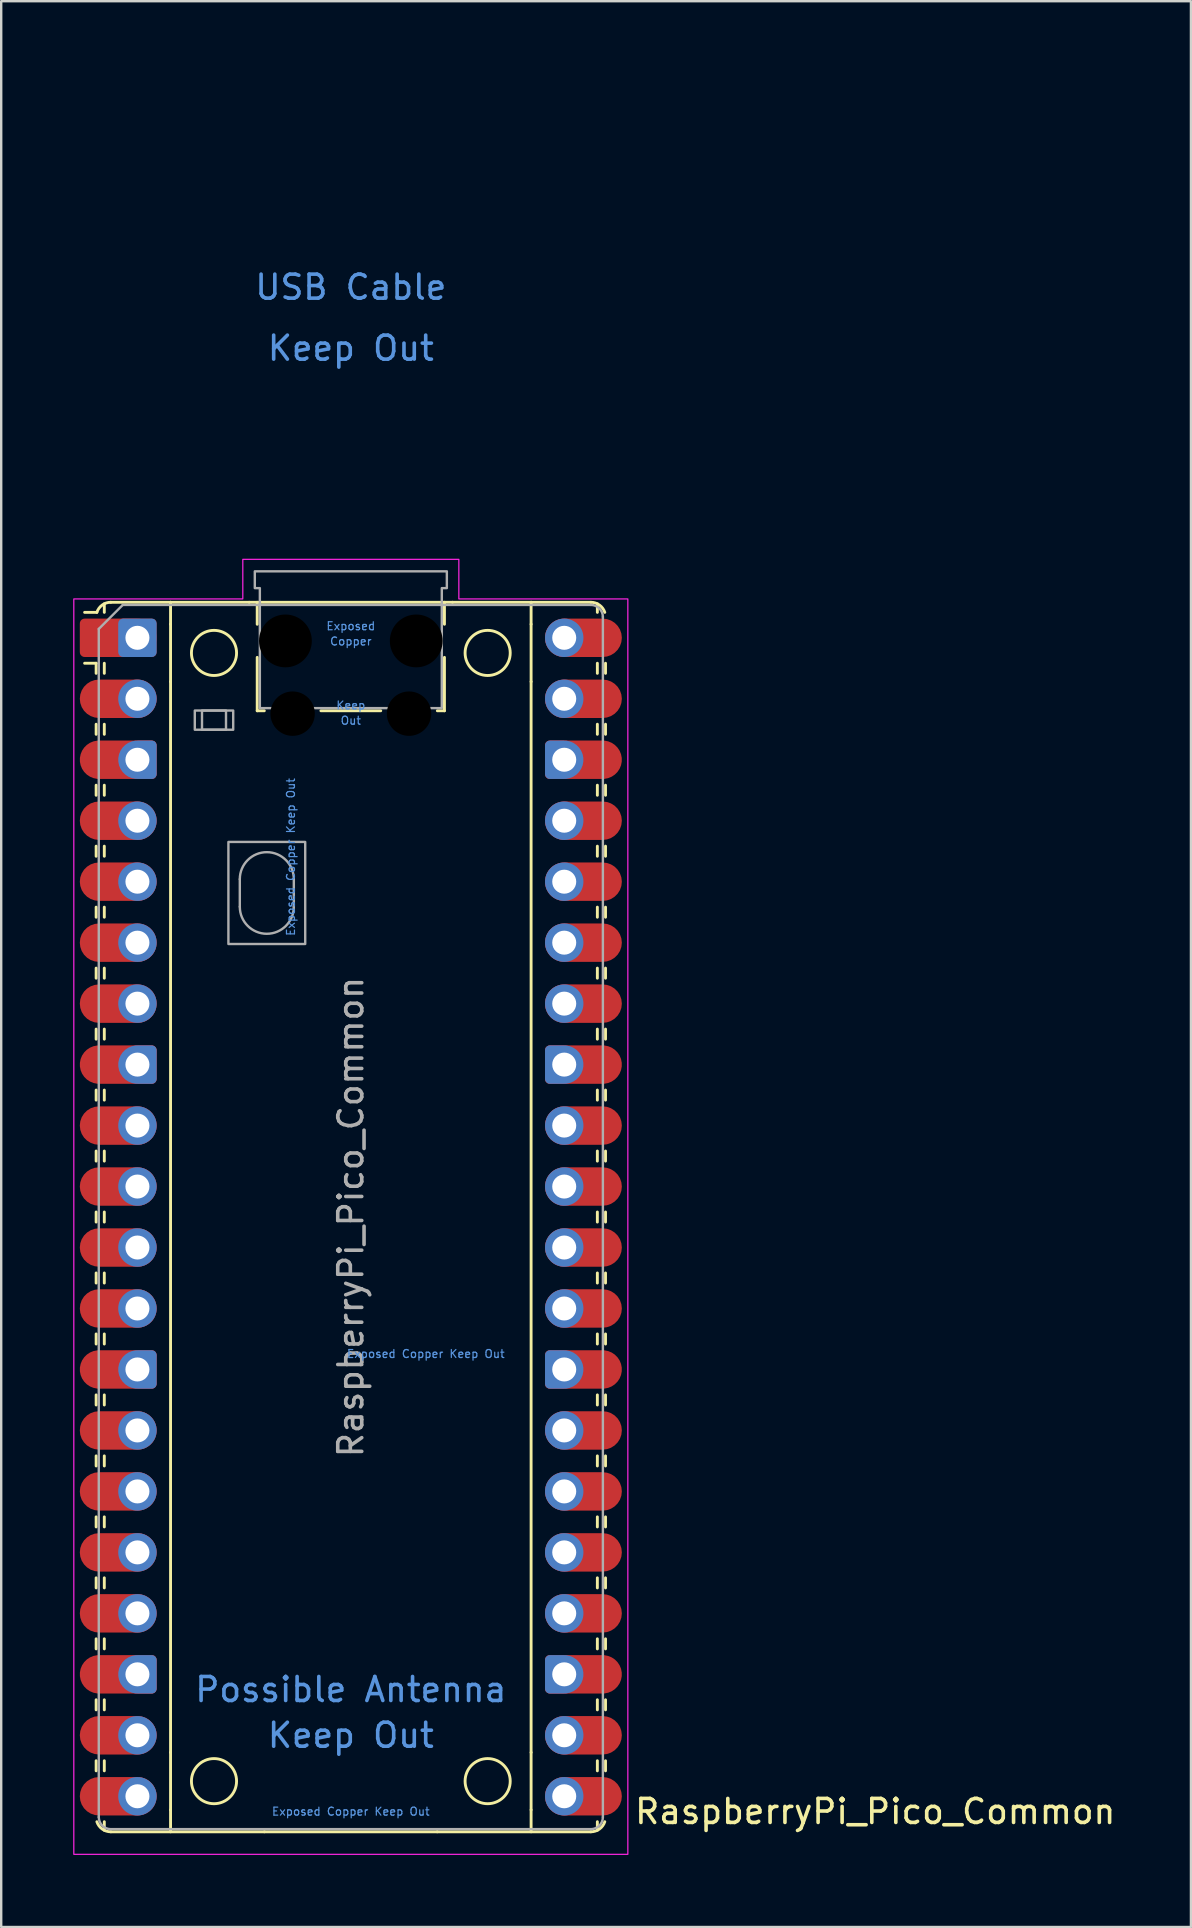
<source format=kicad_pcb>
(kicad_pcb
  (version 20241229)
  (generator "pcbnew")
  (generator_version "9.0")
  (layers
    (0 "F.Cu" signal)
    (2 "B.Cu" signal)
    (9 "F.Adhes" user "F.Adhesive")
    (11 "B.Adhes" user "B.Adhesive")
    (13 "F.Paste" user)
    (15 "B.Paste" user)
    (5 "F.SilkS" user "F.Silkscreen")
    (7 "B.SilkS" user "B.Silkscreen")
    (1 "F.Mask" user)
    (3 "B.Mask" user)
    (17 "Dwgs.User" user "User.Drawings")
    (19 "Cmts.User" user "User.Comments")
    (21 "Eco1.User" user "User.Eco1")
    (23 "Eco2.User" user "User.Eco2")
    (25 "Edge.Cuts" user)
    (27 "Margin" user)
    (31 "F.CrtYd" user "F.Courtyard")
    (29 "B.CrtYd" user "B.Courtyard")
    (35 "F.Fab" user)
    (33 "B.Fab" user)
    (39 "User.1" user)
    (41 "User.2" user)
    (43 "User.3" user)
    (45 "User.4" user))
  (footprint "RaspberryPi_Pico_Common"
    (layer "F.Cu")
    (at 11.565 47.65)
    (property "Reference" "RaspberryPi_Pico_Common" (at 11.748 24.765 0) (unlocked yes) (layer "F.SilkS") (effects (font (size 1 1) (thickness 0.15)) (justify left)))
    (attr through_hole)
    (fp_line (start -10.61 -23.07) (end -11.09 -23.07) (stroke (width 0.12) (type solid)) (layer "F.SilkS"))
    (fp_line (start -10.61 -23.07) (end -10.61 -22.65) (stroke (width 0.12) (type solid)) (layer "F.SilkS"))
    (fp_line (start -10.61 -20.53) (end -10.61 -20.11) (stroke (width 0.12) (type solid)) (layer "F.SilkS"))
    (fp_line (start -10.61 -17.99) (end -10.61 -17.57) (stroke (width 0.12) (type solid)) (layer "F.SilkS"))
    (fp_line (start -10.61 -15.45) (end -10.61 -15.03) (stroke (width 0.12) (type solid)) (layer "F.SilkS"))
    (fp_line (start -10.61 -12.91) (end -10.61 -12.49) (stroke (width 0.12) (type solid)) (layer "F.SilkS"))
    (fp_line (start -10.61 -10.37) (end -10.61 -9.95) (stroke (width 0.12) (type solid)) (layer "F.SilkS"))
    (fp_line (start -10.61 -7.83) (end -10.61 -7.41) (stroke (width 0.12) (type solid)) (layer "F.SilkS"))
    (fp_line (start -10.61 -5.29) (end -10.61 -4.87) (stroke (width 0.12) (type solid)) (layer "F.SilkS"))
    (fp_line (start -10.61 -2.75) (end -10.61 -2.33) (stroke (width 0.12) (type solid)) (layer "F.SilkS"))
    (fp_line (start -10.61 -0.21) (end -10.61 0.21) (stroke (width 0.12) (type solid)) (layer "F.SilkS"))
    (fp_line (start -10.61 2.33) (end -10.61 2.75) (stroke (width 0.12) (type solid)) (layer "F.SilkS"))
    (fp_line (start -10.61 4.87) (end -10.61 5.29) (stroke (width 0.12) (type solid)) (layer "F.SilkS"))
    (fp_line (start -10.61 7.41) (end -10.61 7.83) (stroke (width 0.12) (type solid)) (layer "F.SilkS"))
    (fp_line (start -10.61 9.95) (end -10.61 10.37) (stroke (width 0.12) (type solid)) (layer "F.SilkS"))
    (fp_line (start -10.61 12.49) (end -10.61 12.91) (stroke (width 0.12) (type solid)) (layer "F.SilkS"))
    (fp_line (start -10.61 15.03) (end -10.61 15.45) (stroke (width 0.12) (type solid)) (layer "F.SilkS"))
    (fp_line (start -10.61 17.57) (end -10.61 17.99) (stroke (width 0.12) (type solid)) (layer "F.SilkS"))
    (fp_line (start -10.61 20.11) (end -10.61 20.53) (stroke (width 0.12) (type solid)) (layer "F.SilkS"))
    (fp_line (start -10.61 22.65) (end -10.61 23.07) (stroke (width 0.12) (type solid)) (layer "F.SilkS"))
    (fp_line (start -10.58 -25.19) (end -11.09 -25.19) (stroke (width 0.12) (type solid)) (layer "F.SilkS"))
    (fp_line (start -10.27 -25.19) (end -10.27 -25.547) (stroke (width 0.12) (type solid)) (layer "F.SilkS"))
    (fp_line (start -10.27 -23.07) (end -10.27 -22.65) (stroke (width 0.12) (type solid)) (layer "F.SilkS"))
    (fp_line (start -10.27 -20.53) (end -10.27 -20.11) (stroke (width 0.12) (type solid)) (layer "F.SilkS"))
    (fp_line (start -10.27 -17.99) (end -10.27 -17.57) (stroke (width 0.12) (type solid)) (layer "F.SilkS"))
    (fp_line (start -10.27 -15.45) (end -10.27 -15.03) (stroke (width 0.12) (type solid)) (layer "F.SilkS"))
    (fp_line (start -10.27 -12.91) (end -10.27 -12.49) (stroke (width 0.12) (type solid)) (layer "F.SilkS"))
    (fp_line (start -10.27 -10.37) (end -10.27 -9.95) (stroke (width 0.12) (type solid)) (layer "F.SilkS"))
    (fp_line (start -10.27 -7.83) (end -10.27 -7.41) (stroke (width 0.12) (type solid)) (layer "F.SilkS"))
    (fp_line (start -10.27 -5.29) (end -10.27 -4.87) (stroke (width 0.12) (type solid)) (layer "F.SilkS"))
    (fp_line (start -10.27 -2.75) (end -10.27 -2.33) (stroke (width 0.12) (type solid)) (layer "F.SilkS"))
    (fp_line (start -10.27 -0.21) (end -10.27 0.21) (stroke (width 0.12) (type solid)) (layer "F.SilkS"))
    (fp_line (start -10.27 2.33) (end -10.27 2.75) (stroke (width 0.12) (type solid)) (layer "F.SilkS"))
    (fp_line (start -10.27 4.87) (end -10.27 5.29) (stroke (width 0.12) (type solid)) (layer "F.SilkS"))
    (fp_line (start -10.27 7.41) (end -10.27 7.83) (stroke (width 0.12) (type solid)) (layer "F.SilkS"))
    (fp_line (start -10.27 9.95) (end -10.27 10.37) (stroke (width 0.12) (type solid)) (layer "F.SilkS"))
    (fp_line (start -10.27 12.49) (end -10.27 12.91) (stroke (width 0.12) (type solid)) (layer "F.SilkS"))
    (fp_line (start -10.27 15.03) (end -10.27 15.45) (stroke (width 0.12) (type solid)) (layer "F.SilkS"))
    (fp_line (start -10.27 17.57) (end -10.27 17.99) (stroke (width 0.12) (type solid)) (layer "F.SilkS"))
    (fp_line (start -10.27 20.11) (end -10.27 20.53) (stroke (width 0.12) (type solid)) (layer "F.SilkS"))
    (fp_line (start -10.27 22.65) (end -10.27 23.07) (stroke (width 0.12) (type solid)) (layer "F.SilkS"))
    (fp_line (start -10.27 25.19) (end -10.27 25.547) (stroke (width 0.12) (type solid)) (layer "F.SilkS"))
    (fp_line (start -10 -25.61) (end -7.51 -25.61) (stroke (width 0.12) (type solid)) (layer "F.SilkS"))
    (fp_line (start -10 25.61) (end -3.6 25.61) (stroke (width 0.12) (type solid)) (layer "F.SilkS"))
    (fp_line (start -7.51 -25.61) (end -7.51 -24.696) (stroke (width 0.12) (type solid)) (layer "F.SilkS"))
    (fp_line (start -7.51 -25.61) (end -4.235 -25.61) (stroke (width 0.12) (type solid)) (layer "F.SilkS"))
    (fp_line (start -7.51 -24.696) (end -7.51 -22.304) (stroke (width 0.12) (type solid)) (layer "F.SilkS"))
    (fp_line (start -7.51 -22.304) (end -7.51 22.304) (stroke (width 0.12) (type solid)) (layer "F.SilkS"))
    (fp_line (start -7.51 22.304) (end -7.51 24.696) (stroke (width 0.12) (type solid)) (layer "F.SilkS"))
    (fp_line (start -7.51 24.696) (end -7.51 25.61) (stroke (width 0.12) (type solid)) (layer "F.SilkS"))
    (fp_line (start -4.235 -25.61) (end 4.235 -25.61) (stroke (width 0.12) (type solid)) (layer "F.SilkS"))
    (fp_line (start -3.9 -25.61) (end -3.9 -24.694) (stroke (width 0.12) (type solid)) (layer "F.SilkS"))
    (fp_line (start -3.9 -23.315) (end -3.9 -21.09) (stroke (width 0.12) (type solid)) (layer "F.SilkS"))
    (fp_line (start -3.9 -21.09) (end -3.604 -21.09) (stroke (width 0.12) (type solid)) (layer "F.SilkS"))
    (fp_line (start -1.246 -21.09) (end 1.246 -21.09) (stroke (width 0.12) (type solid)) (layer "F.SilkS"))
    (fp_line (start 3.6 25.61) (end -3.6 25.61) (stroke (width 0.12) (type solid)) (layer "F.SilkS"))
    (fp_line (start 3.6 25.61) (end 10 25.61) (stroke (width 0.12) (type solid)) (layer "F.SilkS"))
    (fp_line (start 3.604 -21.09) (end 3.9 -21.09) (stroke (width 0.12) (type solid)) (layer "F.SilkS"))
    (fp_line (start 3.9 -25.61) (end 3.9 -24.694) (stroke (width 0.12) (type solid)) (layer "F.SilkS"))
    (fp_line (start 3.9 -23.315) (end 3.9 -21.09) (stroke (width 0.12) (type solid)) (layer "F.SilkS"))
    (fp_line (start 4.235 -25.61) (end 7.51 -25.61) (stroke (width 0.12) (type solid)) (layer "F.SilkS"))
    (fp_line (start 7.51 -25.61) (end 7.51 -24.696) (stroke (width 0.12) (type solid)) (layer "F.SilkS"))
    (fp_line (start 7.51 -24.696) (end 7.51 -22.304) (stroke (width 0.12) (type solid)) (layer "F.SilkS"))
    (fp_line (start 7.51 -22.304) (end 7.51 22.304) (stroke (width 0.12) (type solid)) (layer "F.SilkS"))
    (fp_line (start 7.51 22.304) (end 7.51 24.696) (stroke (width 0.12) (type solid)) (layer "F.SilkS"))
    (fp_line (start 7.51 24.696) (end 7.51 25.61) (stroke (width 0.12) (type solid)) (layer "F.SilkS"))
    (fp_line (start 10 -25.61) (end 7.51 -25.61) (stroke (width 0.12) (type solid)) (layer "F.SilkS"))
    (fp_line (start 10.27 -25.19) (end 10.27 -25.547) (stroke (width 0.12) (type solid)) (layer "F.SilkS"))
    (fp_line (start 10.27 -23.07) (end 10.27 -22.65) (stroke (width 0.12) (type solid)) (layer "F.SilkS"))
    (fp_line (start 10.27 -20.53) (end 10.27 -20.11) (stroke (width 0.12) (type solid)) (layer "F.SilkS"))
    (fp_line (start 10.27 -17.99) (end 10.27 -17.57) (stroke (width 0.12) (type solid)) (layer "F.SilkS"))
    (fp_line (start 10.27 -15.45) (end 10.27 -15.03) (stroke (width 0.12) (type solid)) (layer "F.SilkS"))
    (fp_line (start 10.27 -12.91) (end 10.27 -12.49) (stroke (width 0.12) (type solid)) (layer "F.SilkS"))
    (fp_line (start 10.27 -10.37) (end 10.27 -9.95) (stroke (width 0.12) (type solid)) (layer "F.SilkS"))
    (fp_line (start 10.27 -7.83) (end 10.27 -7.41) (stroke (width 0.12) (type solid)) (layer "F.SilkS"))
    (fp_line (start 10.27 -5.29) (end 10.27 -4.87) (stroke (width 0.12) (type solid)) (layer "F.SilkS"))
    (fp_line (start 10.27 -2.75) (end 10.27 -2.33) (stroke (width 0.12) (type solid)) (layer "F.SilkS"))
    (fp_line (start 10.27 -0.21) (end 10.27 0.21) (stroke (width 0.12) (type solid)) (layer "F.SilkS"))
    (fp_line (start 10.27 2.33) (end 10.27 2.75) (stroke (width 0.12) (type solid)) (layer "F.SilkS"))
    (fp_line (start 10.27 4.87) (end 10.27 5.29) (stroke (width 0.12) (type solid)) (layer "F.SilkS"))
    (fp_line (start 10.27 7.41) (end 10.27 7.83) (stroke (width 0.12) (type solid)) (layer "F.SilkS"))
    (fp_line (start 10.27 9.95) (end 10.27 10.37) (stroke (width 0.12) (type solid)) (layer "F.SilkS"))
    (fp_line (start 10.27 12.49) (end 10.27 12.91) (stroke (width 0.12) (type solid)) (layer "F.SilkS"))
    (fp_line (start 10.27 15.03) (end 10.27 15.45) (stroke (width 0.12) (type solid)) (layer "F.SilkS"))
    (fp_line (start 10.27 17.57) (end 10.27 17.99) (stroke (width 0.12) (type solid)) (layer "F.SilkS"))
    (fp_line (start 10.27 20.11) (end 10.27 20.53) (stroke (width 0.12) (type solid)) (layer "F.SilkS"))
    (fp_line (start 10.27 22.65) (end 10.27 23.07) (stroke (width 0.12) (type solid)) (layer "F.SilkS"))
    (fp_line (start 10.27 25.19) (end 10.27 25.547) (stroke (width 0.12) (type solid)) (layer "F.SilkS"))
    (fp_line (start 10.61 -23.07) (end 10.61 -22.65) (stroke (width 0.12) (type solid)) (layer "F.SilkS"))
    (fp_line (start 10.61 -20.53) (end 10.61 -20.11) (stroke (width 0.12) (type solid)) (layer "F.SilkS"))
    (fp_line (start 10.61 -17.99) (end 10.61 -17.57) (stroke (width 0.12) (type solid)) (layer "F.SilkS"))
    (fp_line (start 10.61 -15.45) (end 10.61 -15.03) (stroke (width 0.12) (type solid)) (layer "F.SilkS"))
    (fp_line (start 10.61 -12.91) (end 10.61 -12.49) (stroke (width 0.12) (type solid)) (layer "F.SilkS"))
    (fp_line (start 10.61 -10.37) (end 10.61 -9.95) (stroke (width 0.12) (type solid)) (layer "F.SilkS"))
    (fp_line (start 10.61 -7.83) (end 10.61 -7.41) (stroke (width 0.12) (type solid)) (layer "F.SilkS"))
    (fp_line (start 10.61 -5.29) (end 10.61 -4.87) (stroke (width 0.12) (type solid)) (layer "F.SilkS"))
    (fp_line (start 10.61 -2.75) (end 10.61 -2.33) (stroke (width 0.12) (type solid)) (layer "F.SilkS"))
    (fp_line (start 10.61 -0.21) (end 10.61 0.21) (stroke (width 0.12) (type solid)) (layer "F.SilkS"))
    (fp_line (start 10.61 2.33) (end 10.61 2.75) (stroke (width 0.12) (type solid)) (layer "F.SilkS"))
    (fp_line (start 10.61 4.87) (end 10.61 5.29) (stroke (width 0.12) (type solid)) (layer "F.SilkS"))
    (fp_line (start 10.61 7.41) (end 10.61 7.83) (stroke (width 0.12) (type solid)) (layer "F.SilkS"))
    (fp_line (start 10.61 9.95) (end 10.61 10.37) (stroke (width 0.12) (type solid)) (layer "F.SilkS"))
    (fp_line (start 10.61 12.49) (end 10.61 12.91) (stroke (width 0.12) (type solid)) (layer "F.SilkS"))
    (fp_line (start 10.61 15.03) (end 10.61 15.45) (stroke (width 0.12) (type solid)) (layer "F.SilkS"))
    (fp_line (start 10.61 17.57) (end 10.61 17.99) (stroke (width 0.12) (type solid)) (layer "F.SilkS"))
    (fp_line (start 10.61 20.11) (end 10.61 20.53) (stroke (width 0.12) (type solid)) (layer "F.SilkS"))
    (fp_line (start 10.61 22.65) (end 10.61 23.07) (stroke (width 0.12) (type solid)) (layer "F.SilkS"))
    (fp_arc (start -10.579676 -25.189937) (mid -10.357938 -25.493944) (end -10 -25.61) (stroke (width 0.12) (type solid)) (layer "F.SilkS"))
    (fp_arc (start -10 25.61) (mid -10.357937 25.493944) (end -10.579676 25.189937) (stroke (width 0.12) (type solid)) (layer "F.SilkS"))
    (fp_arc (start 10 -25.61) (mid 10.357937 -25.493944) (end 10.579676 -25.189937) (stroke (width 0.12) (type solid)) (layer "F.SilkS"))
    (fp_arc (start 10.579676 25.189937) (mid 10.357947 25.493958) (end 10 25.61) (stroke (width 0.12) (type solid)) (layer "F.SilkS"))
    (fp_circle (center -5.7 -23.5) (end -4.76 -23.5) (stroke (width 0.12) (type solid)) (fill no) (layer "F.SilkS"))
    (fp_circle (center -5.7 23.5) (end -4.76 23.5) (stroke (width 0.12) (type solid)) (fill no) (layer "F.SilkS"))
    (fp_circle (center 5.7 -23.5) (end 6.64 -23.5) (stroke (width 0.12) (type solid)) (fill no) (layer "F.SilkS"))
    (fp_circle (center 5.7 23.5) (end 6.64 23.5) (stroke (width 0.12) (type solid)) (fill no) (layer "F.SilkS"))
    (fp_poly (pts (xy -4.5 -27.4) (xy 4.5 -27.4) (xy 4.5 -25.75) (xy 11.54 -25.75) (xy 11.54 26.55) (xy -11.54 26.55) (xy -11.54 -25.75) (xy -4.5 -25.75)) (stroke (width 0.05) (type solid)) (fill no) (layer "F.CrtYd"))
    (fp_line (start -10.5 -24.5) (end -9.5 -25.5) (stroke (width 0.1) (type solid)) (layer "F.Fab"))
    (fp_line (start -10.5 25) (end -10.5 -24.5) (stroke (width 0.1) (type solid)) (layer "F.Fab"))
    (fp_line (start -9.5 -25.5) (end 10 -25.5) (stroke (width 0.1) (type solid)) (layer "F.Fab"))
    (fp_line (start -4.625 -14.075) (end -4.625 -12.925) (stroke (width 0.1) (type solid)) (layer "F.Fab"))
    (fp_line (start -2.375 -14.075) (end -2.375 -12.925) (stroke (width 0.1) (type solid)) (layer "F.Fab"))
    (fp_line (start 10 25.5) (end -10 25.5) (stroke (width 0.1) (type solid)) (layer "F.Fab"))
    (fp_line (start 10.5 -25) (end 10.5 25) (stroke (width 0.1) (type solid)) (layer "F.Fab"))
    (fp_rect (start -6.5 -21.1) (end -4.9 -20.3) (stroke (width 0.1) (type solid)) (fill no) (layer "F.Fab"))
    (fp_rect (start -6.2 -21.1) (end -5.2 -20.3) (stroke (width 0.1) (type solid)) (fill no) (layer "F.Fab"))
    (fp_rect (start -5.1 -15.625) (end -1.9 -11.375) (stroke (width 0.1) (type solid)) (fill no) (layer "F.Fab"))
    (fp_arc (start -10 25.5) (mid -10.353553 25.353553) (end -10.5 25) (stroke (width 0.1) (type solid)) (layer "F.Fab"))
    (fp_arc (start -4.625 -14.075) (mid -3.5 -15.2) (end -2.375 -14.075) (stroke (width 0.1) (type solid)) (layer "F.Fab"))
    (fp_arc (start -2.375 -12.925) (mid -3.5 -11.8) (end -4.625 -12.925) (stroke (width 0.1) (type solid)) (layer "F.Fab"))
    (fp_arc (start 10 -25.5) (mid 10.353553 -25.353553) (end 10.5 -25) (stroke (width 0.1) (type solid)) (layer "F.Fab"))
    (fp_arc (start 10.5 25) (mid 10.353553 25.353553) (end 10 25.5) (stroke (width 0.1) (type solid)) (layer "F.Fab"))
    (fp_poly (pts (xy 3.79 -21.2) (xy 3.79 -26.2) (xy 4 -26.2) (xy 4 -26.9) (xy -4 -26.9) (xy -4 -26.2) (xy -3.79 -26.2) (xy -3.79 -21.2)) (stroke (width 0.1) (type solid)) (fill no) (layer "F.Fab"))
    (fp_text user "Keep Out" (at 0 21.59 0) (unlocked yes) (layer "Cmts.User") (effects (font (size 1 1) (thickness 0.15))))
    (fp_text user "Copper" (at 0 -23.983 0) (unlocked yes) (layer "Cmts.User") (effects (font (size 0.333 0.333) (thickness 0.05))))
    (fp_text user "Exposed Copper Keep Out" (at 3.124 5.7 0) (unlocked yes) (layer "Cmts.User") (effects (font (size 0.333 0.333) (thickness 0.05))))
    (fp_text user "Possible Antenna" (at 0 19.685 0) (unlocked yes) (layer "Cmts.User") (effects (font (size 1 1) (thickness 0.15))))
    (fp_text user "Exposed Copper Keep Out" (at 0 24.765 0) (unlocked yes) (layer "Cmts.User") (effects (font (size 0.333 0.333) (thickness 0.05))))
    (fp_text user "Keep" (at 0 -21.317 0) (unlocked yes) (layer "Cmts.User") (effects (font (size 0.333 0.333) (thickness 0.05))))
    (fp_text user "Out" (at 0 -20.683 0) (unlocked yes) (layer "Cmts.User") (effects (font (size 0.333 0.333) (thickness 0.05))))
    (fp_text user "USB Cable" (at 0 -38.735 0) (unlocked yes) (layer "Cmts.User") (effects (font (size 1 1) (thickness 0.15))))
    (fp_text user "Keep Out" (at 0 -36.195 0) (unlocked yes) (layer "Cmts.User") (effects (font (size 1 1) (thickness 0.15))))
    (fp_text user "Exposed" (at 0 -24.617 0) (unlocked yes) (layer "Cmts.User") (effects (font (size 0.333 0.333) (thickness 0.05))))
    (fp_text user "Exposed Copper Keep Out" (at -2.5 -15 90) (unlocked yes) (layer "Cmts.User") (effects (font (size 0.333 0.333) (thickness 0.05))))
    (fp_text user "${REFERENCE}" (at 0 0 90) (layer "F.Fab") (effects (font (size 1 1) (thickness 0.15))))
    (pad "" np_thru_hole circle (at -2.725 -24) (size 2.2 2.2) (drill 2.2) (layers "*.Mask"))
    (pad "" np_thru_hole circle (at -2.425 -20.97) (size 1.85 1.85) (drill 1.85) (layers "*.Mask"))
    (pad "" np_thru_hole circle (at 2.425 -20.97) (size 1.85 1.85) (drill 1.85) (layers "*.Mask"))
    (pad "" np_thru_hole circle (at 2.725 -24) (size 2.2 2.2) (drill 2.2) (layers "*.Mask"))
    (pad "1" thru_hole roundrect (at -8.89 -24.13) (size 1.6 1.6) (drill 1) (layers "*.Cu" "*.Mask") (roundrect_rratio 0.125))
    (pad "1" smd custom (at -8.89 -24.13) (size 1.6 1.6) (layers "F.Cu" "F.Mask") (options (anchor circle)) (primitives (gr_poly (pts (xy -2.4 0.6) (xy -2.4 -0.6) (xy -2.2 -0.8) (xy 0 -0.8) (xy 0 0.8) (xy -2.2 0.8)) (width 0) (fill yes)) (gr_circle (center -2.2 0.6) (end -2 0.6) (width 0) (fill yes)) (gr_circle (center -2.2 -0.6) (end -2 -0.6) (width 0) (fill yes))))
    (pad "2" thru_hole circle (at -8.89 -21.59) (size 1.6 1.6) (drill 1) (layers "*.Cu" "*.Mask"))
    (pad "2" smd roundrect (at -8.89 -21.59) (size 3.2 1.6) (drill (offset -0.8 0)) (layers "F.Cu" "F.Mask") (roundrect_rratio 0.5))
    (pad "3" smd custom (at -8.89 -19.05) (size 1.6 1.6) (layers "F.Cu" "F.Mask") (options (anchor circle)) (primitives (gr_poly (pts (xy 0.8 -0.6) (xy 0.8 0.6) (xy 0.6 0.8) (xy -1.6 0.8) (xy -1.6 -0.8) (xy 0.6 -0.8)) (width 0) (fill yes)) (gr_circle (center 0.6 0.6) (end 0.8 0.6) (width 0) (fill yes)) (gr_circle (center 0.6 -0.6) (end 0.8 -0.6) (width 0) (fill yes)) (gr_circle (center -1.6 0) (end -0.8 0) (width 0) (fill yes))))
    (pad "3" thru_hole custom (at -8.89 -19.05) (size 1.6 1.6) (drill 1) (layers "*.Cu" "*.Mask") (options (anchor circle)) (primitives (gr_poly (pts (xy 0.8 0.6) (xy 0.8 -0.6) (xy 0.6 -0.8) (xy 0 -0.8) (xy 0 0.8) (xy 0.6 0.8)) (width 0) (fill yes)) (gr_circle (center 0.6 0.6) (end 0.8 0.6) (width 0) (fill yes)) (gr_circle (center 0.6 -0.6) (end 0.8 -0.6) (width 0) (fill yes))))
    (pad "4" thru_hole circle (at -8.89 -16.51) (size 1.6 1.6) (drill 1) (layers "*.Cu" "*.Mask"))
    (pad "4" smd roundrect (at -8.89 -16.51) (size 3.2 1.6) (drill (offset -0.8 0)) (layers "F.Cu" "F.Mask") (roundrect_rratio 0.5))
    (pad "5" thru_hole circle (at -8.89 -13.97) (size 1.6 1.6) (drill 1) (layers "*.Cu" "*.Mask"))
    (pad "5" smd roundrect (at -8.89 -13.97) (size 3.2 1.6) (drill (offset -0.8 0)) (layers "F.Cu" "F.Mask") (roundrect_rratio 0.5))
    (pad "6" thru_hole circle (at -8.89 -11.43) (size 1.6 1.6) (drill 1) (layers "*.Cu" "*.Mask"))
    (pad "6" smd roundrect (at -8.89 -11.43) (size 3.2 1.6) (drill (offset -0.8 0)) (layers "F.Cu" "F.Mask") (roundrect_rratio 0.5))
    (pad "7" thru_hole circle (at -8.89 -8.89) (size 1.6 1.6) (drill 1) (layers "*.Cu" "*.Mask"))
    (pad "7" smd roundrect (at -8.89 -8.89) (size 3.2 1.6) (drill (offset -0.8 0)) (layers "F.Cu" "F.Mask") (roundrect_rratio 0.5))
    (pad "8" smd custom (at -8.89 -6.35) (size 1.6 1.6) (layers "F.Cu" "F.Mask") (options (anchor circle)) (primitives (gr_poly (pts (xy 0.8 -0.6) (xy 0.8 0.6) (xy 0.6 0.8) (xy -1.6 0.8) (xy -1.6 -0.8) (xy 0.6 -0.8)) (width 0) (fill yes)) (gr_circle (center 0.6 0.6) (end 0.8 0.6) (width 0) (fill yes)) (gr_circle (center 0.6 -0.6) (end 0.8 -0.6) (width 0) (fill yes)) (gr_circle (center -1.6 0) (end -0.8 0) (width 0) (fill yes))))
    (pad "8" thru_hole custom (at -8.89 -6.35) (size 1.6 1.6) (drill 1) (layers "*.Cu" "*.Mask") (options (anchor circle)) (primitives (gr_poly (pts (xy 0.8 0.6) (xy 0.8 -0.6) (xy 0.6 -0.8) (xy 0 -0.8) (xy 0 0.8) (xy 0.6 0.8)) (width 0) (fill yes)) (gr_circle (center 0.6 0.6) (end 0.8 0.6) (width 0) (fill yes)) (gr_circle (center 0.6 -0.6) (end 0.8 -0.6) (width 0) (fill yes))))
    (pad "9" thru_hole circle (at -8.89 -3.81) (size 1.6 1.6) (drill 1) (layers "*.Cu" "*.Mask"))
    (pad "9" smd roundrect (at -8.89 -3.81) (size 3.2 1.6) (drill (offset -0.8 0)) (layers "F.Cu" "F.Mask") (roundrect_rratio 0.5))
    (pad "10" thru_hole circle (at -8.89 -1.27) (size 1.6 1.6) (drill 1) (layers "*.Cu" "*.Mask"))
    (pad "10" smd roundrect (at -8.89 -1.27) (size 3.2 1.6) (drill (offset -0.8 0)) (layers "F.Cu" "F.Mask") (roundrect_rratio 0.5))
    (pad "11" thru_hole circle (at -8.89 1.27) (size 1.6 1.6) (drill 1) (layers "*.Cu" "*.Mask"))
    (pad "11" smd roundrect (at -8.89 1.27) (size 3.2 1.6) (drill (offset -0.8 0)) (layers "F.Cu" "F.Mask") (roundrect_rratio 0.5))
    (pad "12" thru_hole circle (at -8.89 3.81) (size 1.6 1.6) (drill 1) (layers "*.Cu" "*.Mask"))
    (pad "12" smd roundrect (at -8.89 3.81) (size 3.2 1.6) (drill (offset -0.8 0)) (layers "F.Cu" "F.Mask") (roundrect_rratio 0.5))
    (pad "13" smd custom (at -8.89 6.35) (size 1.6 1.6) (layers "F.Cu" "F.Mask") (options (anchor circle)) (primitives (gr_poly (pts (xy 0.8 -0.6) (xy 0.8 0.6) (xy 0.6 0.8) (xy -1.6 0.8) (xy -1.6 -0.8) (xy 0.6 -0.8)) (width 0) (fill yes)) (gr_circle (center 0.6 0.6) (end 0.8 0.6) (width 0) (fill yes)) (gr_circle (center 0.6 -0.6) (end 0.8 -0.6) (width 0) (fill yes)) (gr_circle (center -1.6 0) (end -0.8 0) (width 0) (fill yes))))
    (pad "13" thru_hole custom (at -8.89 6.35) (size 1.6 1.6) (drill 1) (layers "*.Cu" "*.Mask") (options (anchor circle)) (primitives (gr_poly (pts (xy 0.8 0.6) (xy 0.8 -0.6) (xy 0.6 -0.8) (xy 0 -0.8) (xy 0 0.8) (xy 0.6 0.8)) (width 0) (fill yes)) (gr_circle (center 0.6 0.6) (end 0.8 0.6) (width 0) (fill yes)) (gr_circle (center 0.6 -0.6) (end 0.8 -0.6) (width 0) (fill yes))))
    (pad "14" thru_hole circle (at -8.89 8.89) (size 1.6 1.6) (drill 1) (layers "*.Cu" "*.Mask"))
    (pad "14" smd roundrect (at -8.89 8.89) (size 3.2 1.6) (drill (offset -0.8 0)) (layers "F.Cu" "F.Mask") (roundrect_rratio 0.5))
    (pad "15" thru_hole circle (at -8.89 11.43) (size 1.6 1.6) (drill 1) (layers "*.Cu" "*.Mask"))
    (pad "15" smd roundrect (at -8.89 11.43) (size 3.2 1.6) (drill (offset -0.8 0)) (layers "F.Cu" "F.Mask") (roundrect_rratio 0.5))
    (pad "16" thru_hole circle (at -8.89 13.97) (size 1.6 1.6) (drill 1) (layers "*.Cu" "*.Mask"))
    (pad "16" smd roundrect (at -8.89 13.97) (size 3.2 1.6) (drill (offset -0.8 0)) (layers "F.Cu" "F.Mask") (roundrect_rratio 0.5))
    (pad "17" thru_hole circle (at -8.89 16.51) (size 1.6 1.6) (drill 1) (layers "*.Cu" "*.Mask"))
    (pad "17" smd roundrect (at -8.89 16.51) (size 3.2 1.6) (drill (offset -0.8 0)) (layers "F.Cu" "F.Mask") (roundrect_rratio 0.5))
    (pad "18" smd custom (at -8.89 19.05) (size 1.6 1.6) (layers "F.Cu" "F.Mask") (options (anchor circle)) (primitives (gr_poly (pts (xy 0.8 -0.6) (xy 0.8 0.6) (xy 0.6 0.8) (xy -1.6 0.8) (xy -1.6 -0.8) (xy 0.6 -0.8)) (width 0) (fill yes)) (gr_circle (center 0.6 0.6) (end 0.8 0.6) (width 0) (fill yes)) (gr_circle (center 0.6 -0.6) (end 0.8 -0.6) (width 0) (fill yes)) (gr_circle (center -1.6 0) (end -0.8 0) (width 0) (fill yes))))
    (pad "18" thru_hole custom (at -8.89 19.05) (size 1.6 1.6) (drill 1) (layers "*.Cu" "*.Mask") (options (anchor circle)) (primitives (gr_poly (pts (xy 0.8 0.6) (xy 0.8 -0.6) (xy 0.6 -0.8) (xy 0 -0.8) (xy 0 0.8) (xy 0.6 0.8)) (width 0) (fill yes)) (gr_circle (center 0.6 0.6) (end 0.8 0.6) (width 0) (fill yes)) (gr_circle (center 0.6 -0.6) (end 0.8 -0.6) (width 0) (fill yes))))
    (pad "19" thru_hole circle (at -8.89 21.59) (size 1.6 1.6) (drill 1) (layers "*.Cu" "*.Mask"))
    (pad "19" smd roundrect (at -8.89 21.59) (size 3.2 1.6) (drill (offset -0.8 0)) (layers "F.Cu" "F.Mask") (roundrect_rratio 0.5))
    (pad "20" thru_hole circle (at -8.89 24.13) (size 1.6 1.6) (drill 1) (layers "*.Cu" "*.Mask"))
    (pad "20" smd roundrect (at -8.89 24.13) (size 3.2 1.6) (drill (offset -0.8 0)) (layers "F.Cu" "F.Mask") (roundrect_rratio 0.5))
    (pad "21" thru_hole circle (at 8.89 24.13) (size 1.6 1.6) (drill 1) (layers "*.Cu" "*.Mask"))
    (pad "21" smd roundrect (at 8.89 24.13) (size 3.2 1.6) (drill (offset 0.8 0)) (layers "F.Cu" "F.Mask") (roundrect_rratio 0.5))
    (pad "22" thru_hole circle (at 8.89 21.59) (size 1.6 1.6) (drill 1) (layers "*.Cu" "*.Mask"))
    (pad "22" smd roundrect (at 8.89 21.59) (size 3.2 1.6) (drill (offset 0.8 0)) (layers "F.Cu" "F.Mask") (roundrect_rratio 0.5))
    (pad "23" smd custom (at 8.89 19.05) (size 1.6 1.6) (layers "F.Cu" "F.Mask") (options (anchor circle)) (primitives (gr_poly (pts (xy -0.8 -0.6) (xy -0.8 0.6) (xy -0.6 0.8) (xy 1.6 0.8) (xy 1.6 -0.8) (xy -0.6 -0.8)) (width 0) (fill yes)) (gr_circle (center -0.6 0.6) (end -0.4 0.6) (width 0) (fill yes)) (gr_circle (center -0.6 -0.6) (end -0.4 -0.6) (width 0) (fill yes)) (gr_circle (center 1.6 0) (end 2.4 0) (width 0) (fill yes))))
    (pad "23" thru_hole custom (at 8.89 19.05) (size 1.6 1.6) (drill 1) (layers "*.Cu" "*.Mask") (options (anchor circle)) (primitives (gr_poly (pts (xy -0.8 0.6) (xy -0.8 -0.6) (xy -0.6 -0.8) (xy 0 -0.8) (xy 0 0.8) (xy -0.6 0.8)) (width 0) (fill yes)) (gr_circle (center -0.6 0.6) (end -0.4 0.6) (width 0) (fill yes)) (gr_circle (center -0.6 -0.6) (end -0.4 -0.6) (width 0) (fill yes))))
    (pad "24" thru_hole circle (at 8.89 16.51) (size 1.6 1.6) (drill 1) (layers "*.Cu" "*.Mask"))
    (pad "24" smd roundrect (at 8.89 16.51) (size 3.2 1.6) (drill (offset 0.8 0)) (layers "F.Cu" "F.Mask") (roundrect_rratio 0.5))
    (pad "25" thru_hole circle (at 8.89 13.97) (size 1.6 1.6) (drill 1) (layers "*.Cu" "*.Mask"))
    (pad "25" smd roundrect (at 8.89 13.97) (size 3.2 1.6) (drill (offset 0.8 0)) (layers "F.Cu" "F.Mask") (roundrect_rratio 0.5))
    (pad "26" thru_hole circle (at 8.89 11.43) (size 1.6 1.6) (drill 1) (layers "*.Cu" "*.Mask"))
    (pad "26" smd roundrect (at 8.89 11.43) (size 3.2 1.6) (drill (offset 0.8 0)) (layers "F.Cu" "F.Mask") (roundrect_rratio 0.5))
    (pad "27" thru_hole circle (at 8.89 8.89) (size 1.6 1.6) (drill 1) (layers "*.Cu" "*.Mask"))
    (pad "27" smd roundrect (at 8.89 8.89) (size 3.2 1.6) (drill (offset 0.8 0)) (layers "F.Cu" "F.Mask") (roundrect_rratio 0.5))
    (pad "28" smd custom (at 8.89 6.35) (size 1.6 1.6) (layers "F.Cu" "F.Mask") (options (anchor circle)) (primitives (gr_poly (pts (xy -0.8 -0.6) (xy -0.8 0.6) (xy -0.6 0.8) (xy 1.6 0.8) (xy 1.6 -0.8) (xy -0.6 -0.8)) (width 0) (fill yes)) (gr_circle (center -0.6 0.6) (end -0.4 0.6) (width 0) (fill yes)) (gr_circle (center -0.6 -0.6) (end -0.4 -0.6) (width 0) (fill yes)) (gr_circle (center 1.6 0) (end 2.4 0) (width 0) (fill yes))))
    (pad "28" thru_hole custom (at 8.89 6.35) (size 1.6 1.6) (drill 1) (layers "*.Cu" "*.Mask") (options (anchor circle)) (primitives (gr_poly (pts (xy -0.8 0.6) (xy -0.8 -0.6) (xy -0.6 -0.8) (xy 0 -0.8) (xy 0 0.8) (xy -0.6 0.8)) (width 0) (fill yes)) (gr_circle (center -0.6 0.6) (end -0.4 0.6) (width 0) (fill yes)) (gr_circle (center -0.6 -0.6) (end -0.4 -0.6) (width 0) (fill yes))))
    (pad "29" thru_hole circle (at 8.89 3.81) (size 1.6 1.6) (drill 1) (layers "*.Cu" "*.Mask"))
    (pad "29" smd roundrect (at 8.89 3.81) (size 3.2 1.6) (drill (offset 0.8 0)) (layers "F.Cu" "F.Mask") (roundrect_rratio 0.5))
    (pad "30" thru_hole circle (at 8.89 1.27) (size 1.6 1.6) (drill 1) (layers "*.Cu" "*.Mask"))
    (pad "30" smd roundrect (at 8.89 1.27) (size 3.2 1.6) (drill (offset 0.8 0)) (layers "F.Cu" "F.Mask") (roundrect_rratio 0.5))
    (pad "31" thru_hole circle (at 8.89 -1.27) (size 1.6 1.6) (drill 1) (layers "*.Cu" "*.Mask"))
    (pad "31" smd roundrect (at 8.89 -1.27) (size 3.2 1.6) (drill (offset 0.8 0)) (layers "F.Cu" "F.Mask") (roundrect_rratio 0.5))
    (pad "32" thru_hole circle (at 8.89 -3.81) (size 1.6 1.6) (drill 1) (layers "*.Cu" "*.Mask"))
    (pad "32" smd roundrect (at 8.89 -3.81) (size 3.2 1.6) (drill (offset 0.8 0)) (layers "F.Cu" "F.Mask") (roundrect_rratio 0.5))
    (pad "33" smd custom (at 8.89 -6.35) (size 1.6 1.6) (layers "F.Cu" "F.Mask") (options (anchor circle)) (primitives (gr_poly (pts (xy -0.8 -0.6) (xy -0.8 0.6) (xy -0.6 0.8) (xy 1.6 0.8) (xy 1.6 -0.8) (xy -0.6 -0.8)) (width 0) (fill yes)) (gr_circle (center -0.6 0.6) (end -0.4 0.6) (width 0) (fill yes)) (gr_circle (center -0.6 -0.6) (end -0.4 -0.6) (width 0) (fill yes)) (gr_circle (center 1.6 0) (end 2.4 0) (width 0) (fill yes))))
    (pad "33" thru_hole custom (at 8.89 -6.35) (size 1.6 1.6) (drill 1) (layers "*.Cu" "*.Mask") (options (anchor circle)) (primitives (gr_poly (pts (xy -0.8 0.6) (xy -0.8 -0.6) (xy -0.6 -0.8) (xy 0 -0.8) (xy 0 0.8) (xy -0.6 0.8)) (width 0) (fill yes)) (gr_circle (center -0.6 0.6) (end -0.4 0.6) (width 0) (fill yes)) (gr_circle (center -0.6 -0.6) (end -0.4 -0.6) (width 0) (fill yes))))
    (pad "34" thru_hole circle (at 8.89 -8.89) (size 1.6 1.6) (drill 1) (layers "*.Cu" "*.Mask"))
    (pad "34" smd roundrect (at 8.89 -8.89) (size 3.2 1.6) (drill (offset 0.8 0)) (layers "F.Cu" "F.Mask") (roundrect_rratio 0.5))
    (pad "35" thru_hole circle (at 8.89 -11.43) (size 1.6 1.6) (drill 1) (layers "*.Cu" "*.Mask"))
    (pad "35" smd roundrect (at 8.89 -11.43) (size 3.2 1.6) (drill (offset 0.8 0)) (layers "F.Cu" "F.Mask") (roundrect_rratio 0.5))
    (pad "36" thru_hole circle (at 8.89 -13.97) (size 1.6 1.6) (drill 1) (layers "*.Cu" "*.Mask"))
    (pad "36" smd roundrect (at 8.89 -13.97) (size 3.2 1.6) (drill (offset 0.8 0)) (layers "F.Cu" "F.Mask") (roundrect_rratio 0.5))
    (pad "37" thru_hole circle (at 8.89 -16.51) (size 1.6 1.6) (drill 1) (layers "*.Cu" "*.Mask"))
    (pad "37" smd roundrect (at 8.89 -16.51) (size 3.2 1.6) (drill (offset 0.8 0)) (layers "F.Cu" "F.Mask") (roundrect_rratio 0.5))
    (pad "38" smd custom (at 8.89 -19.05) (size 1.6 1.6) (layers "F.Cu" "F.Mask") (options (anchor circle)) (primitives (gr_poly (pts (xy -0.8 -0.6) (xy -0.8 0.6) (xy -0.6 0.8) (xy 1.6 0.8) (xy 1.6 -0.8) (xy -0.6 -0.8)) (width 0) (fill yes)) (gr_circle (center -0.6 0.6) (end -0.4 0.6) (width 0) (fill yes)) (gr_circle (center -0.6 -0.6) (end -0.4 -0.6) (width 0) (fill yes)) (gr_circle (center 1.6 0) (end 2.4 0) (width 0) (fill yes))))
    (pad "38" thru_hole custom (at 8.89 -19.05) (size 1.6 1.6) (drill 1) (layers "*.Cu" "*.Mask") (options (anchor circle)) (primitives (gr_poly (pts (xy -0.8 0.6) (xy -0.8 -0.6) (xy -0.6 -0.8) (xy 0 -0.8) (xy 0 0.8) (xy -0.6 0.8)) (width 0) (fill yes)) (gr_circle (center -0.6 0.6) (end -0.4 0.6) (width 0) (fill yes)) (gr_circle (center -0.6 -0.6) (end -0.4 -0.6) (width 0) (fill yes))))
    (pad "39" thru_hole circle (at 8.89 -21.59) (size 1.6 1.6) (drill 1) (layers "*.Cu" "*.Mask"))
    (pad "39" smd roundrect (at 8.89 -21.59) (size 3.2 1.6) (drill (offset 0.8 0)) (layers "F.Cu" "F.Mask") (roundrect_rratio 0.5))
    (pad "40" thru_hole circle (at 8.89 -24.13) (size 1.6 1.6) (drill 1) (layers "*.Cu" "*.Mask"))
    (pad "40" smd roundrect (at 8.89 -24.13) (size 3.2 1.6) (drill (offset 0.8 0)) (layers "F.Cu" "F.Mask") (roundrect_rratio 0.5))
    (zone (net_name "") (layers "F.Cu" "B.Cu" "F.Paste" "B.Paste") (name "Antenna Copper Keep Out") (hatch full 0.5) (connect_pads) (min_thickness 0.254) (filled_areas_thickness no) (keepout (tracks not_allowed) (vias not_allowed) (pads not_allowed) (copperpour not_allowed) (footprints allowed)) (placement (enabled no)) (fill) (polygon (pts (xy 9.165 72.64) (xy 4.465 68.99) (xy 4.465 64.65) (xy 18.665 64.65) (xy 18.665 68.99) (xy 13.965 72.64) (xy 13.965 73.65) (xy 9.165 73.65))))
    (zone (net_name "") (layers "F.Cu" "F.Paste") (name "Pad Keep Out D1-W") (hatch full 0.5) (connect_pads) (min_thickness 0.25) (filled_areas_thickness no) (keepout (tracks not_allowed) (vias not_allowed) (pads not_allowed) (copperpour not_allowed) (footprints allowed)) (placement (enabled no)) (fill) (polygon (pts (xy 11.194 52.45) (xy 11.249 52.395) (xy 11.322 52.365) (xy 11.362 52.363) (xy 12.149 52.363) (xy 12.149 54.337) (xy 11.362 54.337) (xy 11.322 54.335) (xy 11.249 54.305) (xy 11.194 54.25) (xy 11.164 54.177) (xy 11.162 54.137) (xy 11.162 52.563) (xy 11.164 52.523))))
    (zone (net_name "") (layers "F.Cu" "F.Paste") (name "Pad Keep Out D1-W") (hatch full 0.5) (connect_pads) (min_thickness 0.25) (filled_areas_thickness no) (keepout (tracks not_allowed) (vias not_allowed) (pads not_allowed) (copperpour not_allowed) (footprints allowed)) (placement (enabled no)) (fill) (polygon (pts (xy 12.937 54.337) (xy 12.149 54.337) (xy 12.149 52.363) (xy 12.937 52.363) (xy 12.976 52.365) (xy 13.049 52.395) (xy 13.104 52.45) (xy 13.135 52.523) (xy 13.136 52.563) (xy 13.136 54.137) (xy 13.135 54.177) (xy 13.104 54.25) (xy 13.049 54.305) (xy 12.976 54.335))))
    (zone (net_name "") (layers "F.Cu" "F.Paste") (name "Pad Keep Out TP4") (hatch full 0.5) (connect_pads) (min_thickness 0.25) (filled_areas_thickness no) (keepout (tracks not_allowed) (vias not_allowed) (pads not_allowed) (copperpour not_allowed) (footprints allowed)) (placement (enabled no)) (fill) (polygon (pts (xy 8.549 31.098) (xy 8.423 31.064) (xy 8.309 30.998) (xy 8.217 30.906) (xy 8.151 30.792) (xy 8.117 30.666) (xy 8.115 30.6) (xy 8.115 30.15) (xy 10.015 30.15) (xy 10.015 30.6) (xy 10.013 30.666) (xy 9.979 30.792) (xy 9.913 30.906) (xy 9.821 30.998) (xy 9.707 31.064) (xy 9.581 31.098) (xy 9.515 31.1) (xy 8.615 31.1))))
    (zone (net_name "") (layers "F.Cu" "F.Paste") (name "Pad Keep Out TP5") (hatch full 0.5) (connect_pads) (min_thickness 0.25) (filled_areas_thickness no) (keepout (tracks not_allowed) (vias not_allowed) (pads not_allowed) (copperpour not_allowed) (footprints allowed)) (placement (enabled no)) (fill) (polygon (pts (xy 8.549 33.598) (xy 8.423 33.564) (xy 8.309 33.498) (xy 8.217 33.406) (xy 8.151 33.292) (xy 8.117 33.166) (xy 8.115 33.1) (xy 8.115 32.65) (xy 10.015 32.65) (xy 10.015 33.1) (xy 10.013 33.166) (xy 9.979 33.292) (xy 9.913 33.406) (xy 9.821 33.498) (xy 9.707 33.564) (xy 9.581 33.598) (xy 9.515 33.6) (xy 8.615 33.6))))
    (zone (net_name "") (layers "F.Cu" "F.Paste") (name "Pad Keep Out TP6") (hatch full 0.5) (connect_pads) (min_thickness 0.25) (filled_areas_thickness no) (keepout (tracks not_allowed) (vias not_allowed) (pads not_allowed) (copperpour not_allowed) (footprints allowed)) (placement (enabled no)) (fill) (polygon (pts (xy 8.549 36.098) (xy 8.423 36.064) (xy 8.309 35.998) (xy 8.217 35.906) (xy 8.151 35.792) (xy 8.117 35.666) (xy 8.115 35.6) (xy 8.115 35.15) (xy 10.015 35.15) (xy 10.015 35.6) (xy 10.013 35.666) (xy 9.979 35.792) (xy 9.913 35.906) (xy 9.821 35.998) (xy 9.707 36.064) (xy 9.581 36.098) (xy 9.515 36.1) (xy 8.615 36.1))))
    (zone (net_name "") (layers "F.Cu" "F.Paste") (name "Pad Keep Out TP3") (hatch full 0.5) (connect_pads) (min_thickness 0.25) (filled_areas_thickness no) (keepout (tracks not_allowed) (vias not_allowed) (pads not_allowed) (copperpour not_allowed) (footprints allowed)) (placement (enabled no)) (fill) (polygon (pts (xy 9.617 22.834) (xy 9.651 22.708) (xy 9.717 22.594) (xy 9.809 22.502) (xy 9.923 22.436) (xy 10.049 22.402) (xy 10.115 22.4) (xy 10.565 22.4) (xy 10.565 24.3) (xy 10.115 24.3) (xy 10.049 24.298) (xy 9.923 24.264) (xy 9.809 24.198) (xy 9.717 24.106) (xy 9.651 23.992) (xy 9.617 23.866) (xy 9.615 23.8) (xy 9.615 22.9))))
    (zone (net_name "") (layers "F.Cu" "F.Paste") (name "Pad Keep Out TP4") (hatch full 0.5) (connect_pads) (min_thickness 0.25) (filled_areas_thickness no) (keepout (tracks not_allowed) (vias not_allowed) (pads not_allowed) (copperpour not_allowed) (footprints allowed)) (placement (enabled no)) (fill) (polygon (pts (xy 10.015 30.15) (xy 10.015 29.7) (xy 10.013 29.634) (xy 9.979 29.508) (xy 9.913 29.394) (xy 9.821 29.302) (xy 9.707 29.236) (xy 9.581 29.202) (xy 9.515 29.2) (xy 8.615 29.2) (xy 8.549 29.202) (xy 8.423 29.236) (xy 8.309 29.302) (xy 8.217 29.394) (xy 8.151 29.508) (xy 8.117 29.634) (xy 8.115 29.7) (xy 8.115 30.15))))
    (zone (net_name "") (layers "F.Cu" "F.Paste") (name "Pad Keep Out TP5") (hatch full 0.5) (connect_pads) (min_thickness 0.25) (filled_areas_thickness no) (keepout (tracks not_allowed) (vias not_allowed) (pads not_allowed) (copperpour not_allowed) (footprints allowed)) (placement (enabled no)) (fill) (polygon (pts (xy 10.015 32.65) (xy 10.015 32.2) (xy 10.013 32.134) (xy 9.979 32.008) (xy 9.913 31.894) (xy 9.821 31.802) (xy 9.707 31.736) (xy 9.581 31.702) (xy 9.515 31.7) (xy 8.615 31.7) (xy 8.549 31.702) (xy 8.423 31.736) (xy 8.309 31.802) (xy 8.217 31.894) (xy 8.151 32.008) (xy 8.117 32.134) (xy 8.115 32.2) (xy 8.115 32.65))))
    (zone (net_name "") (layers "F.Cu" "F.Paste") (name "Pad Keep Out TP6") (hatch full 0.5) (connect_pads) (min_thickness 0.25) (filled_areas_thickness no) (keepout (tracks not_allowed) (vias not_allowed) (pads not_allowed) (copperpour not_allowed) (footprints allowed)) (placement (enabled no)) (fill) (polygon (pts (xy 10.015 35.15) (xy 10.015 34.7) (xy 10.013 34.634) (xy 9.979 34.508) (xy 9.913 34.394) (xy 9.821 34.302) (xy 9.707 34.236) (xy 9.581 34.202) (xy 9.515 34.2) (xy 8.615 34.2) (xy 8.549 34.202) (xy 8.423 34.236) (xy 8.309 34.302) (xy 8.217 34.394) (xy 8.151 34.508) (xy 8.117 34.634) (xy 8.115 34.7) (xy 8.115 35.15))))
    (zone (net_name "") (layers "F.Cu" "F.Paste") (name "Pad Keep Out TP3") (hatch full 0.5) (connect_pads) (min_thickness 0.25) (filled_areas_thickness no) (keepout (tracks not_allowed) (vias not_allowed) (pads not_allowed) (copperpour not_allowed) (footprints allowed)) (placement (enabled no)) (fill) (polygon (pts (xy 10.565 24.3) (xy 11.015 24.3) (xy 11.081 24.298) (xy 11.207 24.264) (xy 11.321 24.198) (xy 11.413 24.106) (xy 11.479 23.992) (xy 11.513 23.866) (xy 11.515 23.8) (xy 11.515 22.9) (xy 11.513 22.834) (xy 11.479 22.708) (xy 11.413 22.594) (xy 11.321 22.502) (xy 11.207 22.436) (xy 11.081 22.402) (xy 11.015 22.4) (xy 10.565 22.4))))
    (zone (net_name "") (layers "F.Cu" "F.Paste") (name "Pad Keep Out TP1") (hatch full 0.5) (connect_pads) (min_thickness 0.25) (filled_areas_thickness no) (keepout (tracks not_allowed) (vias not_allowed) (pads not_allowed) (copperpour not_allowed) (footprints allowed)) (placement (enabled no)) (fill) (polygon (pts (xy 10.617 26.134) (xy 10.651 26.008) (xy 10.717 25.894) (xy 10.809 25.802) (xy 10.923 25.736) (xy 11.049 25.702) (xy 11.115 25.7) (xy 11.565 25.7) (xy 11.565 27.6) (xy 11.115 27.6) (xy 11.049 27.598) (xy 10.923 27.564) (xy 10.809 27.498) (xy 10.717 27.406) (xy 10.651 27.292) (xy 10.617 27.166) (xy 10.615 27.1) (xy 10.615 26.2))))
    (zone (net_name "") (layers "F.Cu" "F.Paste") (name "Pad Keep Out TP1") (hatch full 0.5) (connect_pads) (min_thickness 0.25) (filled_areas_thickness no) (keepout (tracks not_allowed) (vias not_allowed) (pads not_allowed) (copperpour not_allowed) (footprints allowed)) (placement (enabled no)) (fill) (polygon (pts (xy 11.565 27.6) (xy 12.015 27.6) (xy 12.081 27.598) (xy 12.207 27.564) (xy 12.321 27.498) (xy 12.413 27.406) (xy 12.479 27.292) (xy 12.513 27.166) (xy 12.515 27.1) (xy 12.515 26.2) (xy 12.513 26.134) (xy 12.479 26.008) (xy 12.413 25.894) (xy 12.321 25.802) (xy 12.207 25.736) (xy 12.081 25.702) (xy 12.015 25.7) (xy 11.565 25.7))))
    (zone (net_name "") (layers "F.Cu" "F.Paste") (name "Pad Keep Out TP2") (hatch full 0.5) (connect_pads) (min_thickness 0.25) (filled_areas_thickness no) (keepout (tracks not_allowed) (vias not_allowed) (pads not_allowed) (copperpour not_allowed) (footprints allowed)) (placement (enabled no)) (fill) (polygon (pts (xy 11.617 22.849) (xy 11.651 22.723) (xy 11.717 22.609) (xy 11.809 22.517) (xy 11.923 22.451) (xy 12.049 22.417) (xy 12.115 22.415) (xy 12.565 22.415) (xy 12.565 24.315) (xy 12.115 24.315) (xy 12.049 24.313) (xy 11.923 24.279) (xy 11.809 24.213) (xy 11.717 24.121) (xy 11.651 24.007) (xy 11.617 23.881) (xy 11.615 23.815) (xy 11.615 22.915))))
    (zone (net_name "") (layers "F.Cu" "F.Paste") (name "Pad Keep Out TP2") (hatch full 0.5) (connect_pads) (min_thickness 0.25) (filled_areas_thickness no) (keepout (tracks not_allowed) (vias not_allowed) (pads not_allowed) (copperpour not_allowed) (footprints allowed)) (placement (enabled no)) (fill) (polygon (pts (xy 12.565 24.315) (xy 13.015 24.315) (xy 13.081 24.313) (xy 13.207 24.279) (xy 13.321 24.213) (xy 13.413 24.121) (xy 13.479 24.007) (xy 13.513 23.881) (xy 13.515 23.815) (xy 13.515 22.915) (xy 13.513 22.849) (xy 13.479 22.723) (xy 13.413 22.609) (xy 13.321 22.517) (xy 13.207 22.451) (xy 13.081 22.417) (xy 13.015 22.415) (xy 12.565 22.415))))
    (zone (net_name "") (layers "F.Cu" "F.Paste") (name "Pad Keep Out D2") (hatch full 0.5) (connect_pads) (min_thickness 0.25) (filled_areas_thickness no) (keepout (tracks not_allowed) (vias not_allowed) (pads not_allowed) (copperpour not_allowed) (footprints allowed)) (placement (enabled no)) (fill) (polygon (pts (xy 10.965 70.55) (xy 11.565 70.55) (arc (start 11.565 74.15) (mid 10.857893 73.857107) (end 10.565 73.15)) (xy 10.565 70.95) (xy 10.567 70.887) (xy 10.606 70.767) (xy 10.68 70.665) (xy 10.782 70.591) (xy 10.902 70.552))))
    (zone (net_name "") (layers "F.Cu" "F.Paste") (name "Pad Keep Out D2") (hatch full 0.5) (connect_pads) (min_thickness 0.25) (filled_areas_thickness no) (keepout (tracks not_allowed) (vias not_allowed) (pads not_allowed) (copperpour not_allowed) (footprints allowed)) (placement (enabled no)) (fill) (polygon (pts (xy 12.165 70.55) (xy 12.228 70.552) (xy 12.348 70.591) (xy 12.45 70.665) (xy 12.524 70.767) (xy 12.563 70.887) (xy 12.565 70.95) (arc (start 12.565 73.15) (mid 12.272107 73.857107) (end 11.565 74.15)) (xy 11.565 70.55))))
    (zone (net_name "") (layers "F.Cu" "F.Paste") (name "Pad Keep Out D2-W") (hatch full 0.508) (connect_pads) (min_thickness 0.254) (filled_areas_thickness no) (keepout (tracks not_allowed) (vias not_allowed) (pads not_allowed) (copperpour not_allowed) (footprints allowed)) (placement (enabled no)) (fill) (polygon (pts (xy 15.681 53.35) (xy 15.662 53.157) (xy 15.606 52.972) (xy 15.516 52.801) (xy 15.393 52.651) (xy 15.244 52.527) (xy 15.074 52.435) (xy 14.889 52.378) (xy 14.696 52.358) (xy 14.503 52.375) (xy 14.317 52.43) (xy 14.146 52.52) (xy 13.995 52.641) (xy 13.87 52.789) (xy 13.777 52.959) (xy 13.719 53.144) (xy 13.697 53.336) (xy 13.713 53.529) (xy 13.767 53.715) (xy 13.855 53.887) (xy 13.975 54.039) (xy 14.123 54.165) (xy 14.292 54.259) (xy 14.476 54.319) (xy 14.668 54.342) (xy 14.861 54.327) (xy 15.048 54.275) (xy 15.221 54.188) (xy 15.373 54.069) (xy 15.5 53.922) (xy 15.595 53.754) (xy 15.657 53.57) (xy 15.681 53.378))))
    (zone (net_name "") (layers "F.Cu" "F.Paste") (name "Pad Keep Out D3-W") (hatch full 0.508) (connect_pads) (min_thickness 0.254) (filled_areas_thickness no) (keepout (tracks not_allowed) (vias not_allowed) (pads not_allowed) (copperpour not_allowed) (footprints allowed)) (placement (enabled no)) (fill) (polygon (pts (xy 18.221 53.35) (xy 18.202 53.157) (xy 18.146 52.972) (xy 18.056 52.801) (xy 17.933 52.651) (xy 17.784 52.527) (xy 17.614 52.435) (xy 17.429 52.378) (xy 17.236 52.358) (xy 17.043 52.375) (xy 16.857 52.43) (xy 16.686 52.52) (xy 16.535 52.641) (xy 16.41 52.789) (xy 16.317 52.959) (xy 16.259 53.144) (xy 16.237 53.336) (xy 16.253 53.529) (xy 16.307 53.715) (xy 16.395 53.887) (xy 16.515 54.039) (xy 16.663 54.165) (xy 16.832 54.259) (xy 17.016 54.319) (xy 17.208 54.342) (xy 17.401 54.327) (xy 17.588 54.275) (xy 17.761 54.188) (xy 17.913 54.069) (xy 18.04 53.922) (xy 18.136 53.754) (xy 18.197 53.57) (xy 18.221 53.378))))
    (zone (net_name "") (layers "F.Cu" "F.Paste") (name "Pad Keep Out D1") (hatch full 0.5) (connect_pads) (min_thickness 0.25) (filled_areas_thickness no) (keepout (tracks not_allowed) (vias not_allowed) (pads not_allowed) (copperpour not_allowed) (footprints allowed)) (placement (enabled no)) (fill) (polygon (pts (arc (start 8.025 73.15) (mid 8.317893 73.857107) (end 9.025 74.15)) (arc (start 9.025 70.55) (mid 8.317893 70.842893) (end 8.025 71.55)))))
    (zone (net_name "") (layers "F.Cu" "F.Paste") (name "Pad Keep Out D1") (hatch full 0.5) (connect_pads) (min_thickness 0.25) (filled_areas_thickness no) (keepout (tracks not_allowed) (vias not_allowed) (pads not_allowed) (copperpour not_allowed) (footprints allowed)) (placement (enabled no)) (fill) (polygon (pts (arc (start 9.025 74.15) (mid 9.732107 73.857107) (end 10.025 73.15)) (arc (start 10.025 71.55) (mid 9.732107 70.842893) (end 9.025 70.55)))))
    (zone (net_name "") (layers "F.Cu" "F.Paste") (name "Pad Keep Out D3") (hatch full 0.5) (connect_pads) (min_thickness 0.25) (filled_areas_thickness no) (keepout (tracks not_allowed) (vias not_allowed) (pads not_allowed) (copperpour not_allowed) (footprints allowed)) (placement (enabled no)) (fill) (polygon (pts (arc (start 13.105141 73.149925) (mid 13.398034 73.857032) (end 14.105141 74.149925)) (arc (start 14.105141 70.549925) (mid 13.398034 70.842818) (end 13.105141 71.549925)))))
    (zone (net_name "") (layers "F.Cu" "F.Paste") (name "Pad Keep Out D3") (hatch full 0.5) (connect_pads) (min_thickness 0.25) (filled_areas_thickness no) (keepout (tracks not_allowed) (vias not_allowed) (pads not_allowed) (copperpour not_allowed) (footprints allowed)) (placement (enabled no)) (fill) (polygon (pts (arc (start 14.105141 74.149925) (mid 14.812248 73.857032) (end 15.105141 73.149925)) (arc (start 15.105141 71.549925) (mid 14.812248 70.842818) (end 14.105141 70.549925)))))
    (zone (net_name "") (layer "Edge.Cuts") (name "Board Keep Out USB Cable") (hatch edge 0.5) (connect_pads) (min_thickness 0.254) (filled_areas_thickness no) (keepout (tracks allowed) (vias allowed) (pads allowed) (copperpour allowed) (footprints allowed)) (placement (enabled no)) (fill) (polygon (pts (xy 5.365 0) (xy 17.765 0) (xy 17.765 20.4) (xy 5.365 20.4))))
    (zone (net_name "") (layer "F.CrtYd") (name "USB Cable Keep Out") (hatch full 0.5) (connect_pads) (min_thickness 0.254) (filled_areas_thickness no) (keepout (tracks allowed) (vias allowed) (pads allowed) (copperpour allowed) (footprints not_allowed)) (placement (enabled no)) (fill) (polygon (pts (xy 5.815 19.95) (xy 7.625 19.95) (xy 7.625 20.25) (xy 15.505 20.25) (xy 15.505 19.95) (xy 17.315 19.95) (xy 17.315 0.45) (xy 5.815 0.45)))))
  (gr_rect
    (start -3 -3)
    (end 46.563 77.225)
    (stroke (width 0.1) (type default))
    (fill no)
    (layer "Edge.Cuts")))
</source>
